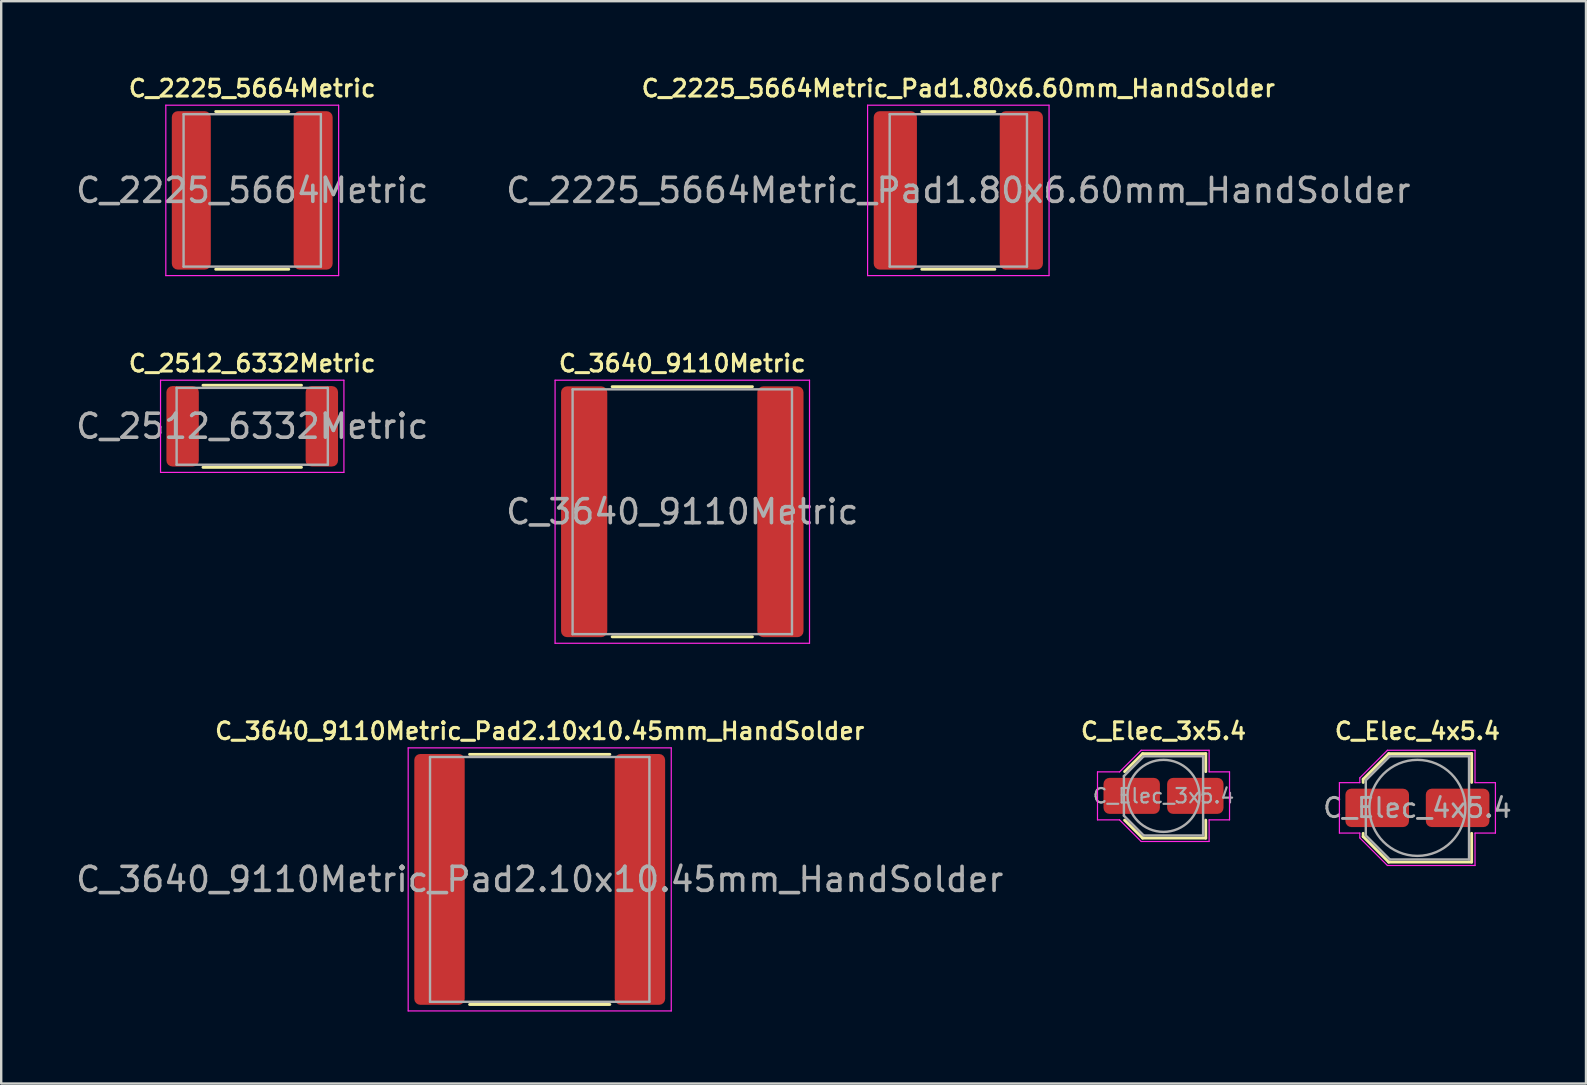
<source format=kicad_pcb>
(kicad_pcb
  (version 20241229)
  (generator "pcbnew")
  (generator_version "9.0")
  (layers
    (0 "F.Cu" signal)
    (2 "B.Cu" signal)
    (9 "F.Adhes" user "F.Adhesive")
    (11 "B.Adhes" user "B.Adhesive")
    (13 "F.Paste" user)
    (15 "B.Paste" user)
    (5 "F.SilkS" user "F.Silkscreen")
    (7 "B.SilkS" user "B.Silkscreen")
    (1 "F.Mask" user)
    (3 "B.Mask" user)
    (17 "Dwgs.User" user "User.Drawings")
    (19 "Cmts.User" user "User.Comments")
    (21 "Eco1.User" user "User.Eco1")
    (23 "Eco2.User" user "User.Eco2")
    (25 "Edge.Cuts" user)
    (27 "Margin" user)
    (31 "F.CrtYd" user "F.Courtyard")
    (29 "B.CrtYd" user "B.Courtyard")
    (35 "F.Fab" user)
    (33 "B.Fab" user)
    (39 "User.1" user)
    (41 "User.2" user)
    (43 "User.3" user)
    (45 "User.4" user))
  (footprint "C_3640_9110Metric"
    (layer "F.Cu")
    (at 25.375 18.27)
    (property "Reference" "C_3640_9110Metric" (at 0 -6.18 0) (layer "F.SilkS") (effects (font (size 0.7 0.7) (thickness 0.127))))
    (attr smd)
    (fp_line (start -2.922 -5.21) (end 2.922 -5.21) (stroke (width 0.12) (type solid)) (layer "F.SilkS"))
    (fp_line (start -2.922 5.21) (end 2.922 5.21) (stroke (width 0.12) (type solid)) (layer "F.SilkS"))
    (fp_line (start -5.3 -5.48) (end 5.3 -5.48) (stroke (width 0.05) (type solid)) (layer "F.CrtYd"))
    (fp_line (start -5.3 5.48) (end -5.3 -5.48) (stroke (width 0.05) (type solid)) (layer "F.CrtYd"))
    (fp_line (start 5.3 -5.48) (end 5.3 5.48) (stroke (width 0.05) (type solid)) (layer "F.CrtYd"))
    (fp_line (start 5.3 5.48) (end -5.3 5.48) (stroke (width 0.05) (type solid)) (layer "F.CrtYd"))
    (fp_line (start -4.57 -5.1) (end 4.57 -5.1) (stroke (width 0.1) (type solid)) (layer "F.Fab"))
    (fp_line (start -4.57 5.1) (end -4.57 -5.1) (stroke (width 0.1) (type solid)) (layer "F.Fab"))
    (fp_line (start 4.57 -5.1) (end 4.57 5.1) (stroke (width 0.1) (type solid)) (layer "F.Fab"))
    (fp_line (start 4.57 5.1) (end -4.57 5.1) (stroke (width 0.1) (type solid)) (layer "F.Fab"))
    (fp_text user "${REFERENCE}" (at 0 0 0) (layer "F.Fab") (effects (font (size 1 1) (thickness 0.15))))
    (pad "1" smd roundrect (at -4.088 0) (size 1.925 10.45) (layers "F.Cu" "F.Mask" "F.Paste") (roundrect_rratio 0.13))
    (pad "2" smd roundrect (at 4.088 0) (size 1.925 10.45) (layers "F.Cu" "F.Mask" "F.Paste") (roundrect_rratio 0.13)))
  (footprint "C_2225_5664Metric"
    (layer "F.Cu")
    (at 7.458 4.882)
    (property "Reference" "C_2225_5664Metric" (at 0 -4.25 0) (layer "F.SilkS") (effects (font (size 0.7 0.7) (thickness 0.127))))
    (attr smd)
    (fp_line (start -1.522 -3.285) (end 1.522 -3.285) (stroke (width 0.12) (type solid)) (layer "F.SilkS"))
    (fp_line (start -1.522 3.285) (end 1.522 3.285) (stroke (width 0.12) (type solid)) (layer "F.SilkS"))
    (fp_line (start -3.6 -3.55) (end 3.6 -3.55) (stroke (width 0.05) (type solid)) (layer "F.CrtYd"))
    (fp_line (start -3.6 3.55) (end -3.6 -3.55) (stroke (width 0.05) (type solid)) (layer "F.CrtYd"))
    (fp_line (start 3.6 -3.55) (end 3.6 3.55) (stroke (width 0.05) (type solid)) (layer "F.CrtYd"))
    (fp_line (start 3.6 3.55) (end -3.6 3.55) (stroke (width 0.05) (type solid)) (layer "F.CrtYd"))
    (fp_line (start -2.86 -3.175) (end 2.86 -3.175) (stroke (width 0.1) (type solid)) (layer "F.Fab"))
    (fp_line (start -2.86 3.175) (end -2.86 -3.175) (stroke (width 0.1) (type solid)) (layer "F.Fab"))
    (fp_line (start 2.86 -3.175) (end 2.86 3.175) (stroke (width 0.1) (type solid)) (layer "F.Fab"))
    (fp_line (start 2.86 3.175) (end -2.86 3.175) (stroke (width 0.1) (type solid)) (layer "F.Fab"))
    (fp_text user "${REFERENCE}" (at 0 0 0) (layer "F.Fab") (effects (font (size 1 1) (thickness 0.15))))
    (pad "1" smd roundrect (at -2.538 0) (size 1.625 6.6) (layers "F.Cu" "F.Mask" "F.Paste") (roundrect_rratio 0.154))
    (pad "2" smd roundrect (at 2.538 0) (size 1.625 6.6) (layers "F.Cu" "F.Mask" "F.Paste") (roundrect_rratio 0.154)))
  (footprint "C_Elec_3x5.4"
    (layer "F.Cu")
    (at 45.423 30.107)
    (property "Reference" "C_Elec_3x5.4" (at 0 -2.7 0) (layer "F.SilkS") (effects (font (size 0.7 0.7) (thickness 0.127))))
    (attr smd)
    (fp_line (start -1.621 -1.01) (end -0.871 -1.76) (stroke (width 0.12) (type solid)) (layer "F.SilkS"))
    (fp_line (start -1.621 1.01) (end -0.871 1.76) (stroke (width 0.12) (type solid)) (layer "F.SilkS"))
    (fp_line (start -0.871 -1.76) (end 1.76 -1.76) (stroke (width 0.12) (type solid)) (layer "F.SilkS"))
    (fp_line (start -0.871 1.76) (end 1.76 1.76) (stroke (width 0.12) (type solid)) (layer "F.SilkS"))
    (fp_line (start 1.76 -1.76) (end 1.76 -1.01) (stroke (width 0.12) (type solid)) (layer "F.SilkS"))
    (fp_line (start 1.76 1.76) (end 1.76 1.01) (stroke (width 0.12) (type solid)) (layer "F.SilkS"))
    (fp_line (start -2.75 -1) (end -2.75 1) (stroke (width 0.05) (type solid)) (layer "F.CrtYd"))
    (fp_line (start -2.75 1) (end -1.83 1) (stroke (width 0.05) (type solid)) (layer "F.CrtYd"))
    (fp_line (start -1.83 -1) (end -2.75 -1) (stroke (width 0.05) (type solid)) (layer "F.CrtYd"))
    (fp_line (start -1.83 -1) (end -0.93 -1.9) (stroke (width 0.05) (type solid)) (layer "F.CrtYd"))
    (fp_line (start -1.83 1) (end -0.93 1.9) (stroke (width 0.05) (type solid)) (layer "F.CrtYd"))
    (fp_line (start -0.93 -1.9) (end 1.9 -1.9) (stroke (width 0.05) (type solid)) (layer "F.CrtYd"))
    (fp_line (start -0.93 1.9) (end 1.9 1.9) (stroke (width 0.05) (type solid)) (layer "F.CrtYd"))
    (fp_line (start 1.9 -1.9) (end 1.9 -1) (stroke (width 0.05) (type solid)) (layer "F.CrtYd"))
    (fp_line (start 1.9 -1) (end 2.75 -1) (stroke (width 0.05) (type solid)) (layer "F.CrtYd"))
    (fp_line (start 1.9 1) (end 1.9 1.9) (stroke (width 0.05) (type solid)) (layer "F.CrtYd"))
    (fp_line (start 2.75 -1) (end 2.75 1) (stroke (width 0.05) (type solid)) (layer "F.CrtYd"))
    (fp_line (start 2.75 1) (end 1.9 1) (stroke (width 0.05) (type solid)) (layer "F.CrtYd"))
    (fp_line (start -1.65 -0.825) (end -1.65 0.825) (stroke (width 0.1) (type solid)) (layer "F.Fab"))
    (fp_line (start -1.65 -0.825) (end -0.825 -1.65) (stroke (width 0.1) (type solid)) (layer "F.Fab"))
    (fp_line (start -1.65 0.825) (end -0.825 1.65) (stroke (width 0.1) (type solid)) (layer "F.Fab"))
    (fp_line (start -0.825 -1.65) (end 1.65 -1.65) (stroke (width 0.1) (type solid)) (layer "F.Fab"))
    (fp_line (start -0.825 1.65) (end 1.65 1.65) (stroke (width 0.1) (type solid)) (layer "F.Fab"))
    (fp_line (start 1.65 -1.65) (end 1.65 1.65) (stroke (width 0.1) (type solid)) (layer "F.Fab"))
    (fp_circle (center 0 0) (end 1.5 0) (stroke (width 0.1) (type solid)) (fill no) (layer "F.Fab"))
    (fp_text user "${REFERENCE}" (at 0 0 0) (layer "F.Fab") (effects (font (size 0.6 0.6) (thickness 0.09))))
    (pad "1" smd roundrect (at -1.325 0) (size 2.35 1.5) (layers "F.Cu" "F.Mask" "F.Paste") (roundrect_rratio 0.167))
    (pad "2" smd roundrect (at 1.325 0) (size 2.35 1.5) (layers "F.Cu" "F.Mask" "F.Paste") (roundrect_rratio 0.167)))
  (footprint "C_Elec_4x5.4"
    (layer "F.Cu")
    (at 56.001 30.607)
    (property "Reference" "C_Elec_4x5.4" (at 0 -3.2 0) (layer "F.SilkS") (effects (font (size 0.7 0.7) (thickness 0.127))))
    (attr smd)
    (fp_line (start -2.26 -1.196) (end -2.26 -1.06) (stroke (width 0.12) (type solid)) (layer "F.SilkS"))
    (fp_line (start -2.26 -1.196) (end -1.196 -2.26) (stroke (width 0.12) (type solid)) (layer "F.SilkS"))
    (fp_line (start -2.26 1.196) (end -2.26 1.06) (stroke (width 0.12) (type solid)) (layer "F.SilkS"))
    (fp_line (start -2.26 1.196) (end -1.196 2.26) (stroke (width 0.12) (type solid)) (layer "F.SilkS"))
    (fp_line (start -1.196 -2.26) (end 2.26 -2.26) (stroke (width 0.12) (type solid)) (layer "F.SilkS"))
    (fp_line (start -1.196 2.26) (end 2.26 2.26) (stroke (width 0.12) (type solid)) (layer "F.SilkS"))
    (fp_line (start 2.26 -2.26) (end 2.26 -1.06) (stroke (width 0.12) (type solid)) (layer "F.SilkS"))
    (fp_line (start 2.26 2.26) (end 2.26 1.06) (stroke (width 0.12) (type solid)) (layer "F.SilkS"))
    (fp_line (start -3.25 -1.05) (end -3.25 1.05) (stroke (width 0.05) (type solid)) (layer "F.CrtYd"))
    (fp_line (start -3.25 1.05) (end -2.4 1.05) (stroke (width 0.05) (type solid)) (layer "F.CrtYd"))
    (fp_line (start -2.4 -1.25) (end -2.4 -1.05) (stroke (width 0.05) (type solid)) (layer "F.CrtYd"))
    (fp_line (start -2.4 -1.25) (end -1.25 -2.4) (stroke (width 0.05) (type solid)) (layer "F.CrtYd"))
    (fp_line (start -2.4 -1.05) (end -3.25 -1.05) (stroke (width 0.05) (type solid)) (layer "F.CrtYd"))
    (fp_line (start -2.4 1.05) (end -2.4 1.25) (stroke (width 0.05) (type solid)) (layer "F.CrtYd"))
    (fp_line (start -2.4 1.25) (end -1.25 2.4) (stroke (width 0.05) (type solid)) (layer "F.CrtYd"))
    (fp_line (start -1.25 -2.4) (end 2.4 -2.4) (stroke (width 0.05) (type solid)) (layer "F.CrtYd"))
    (fp_line (start -1.25 2.4) (end 2.4 2.4) (stroke (width 0.05) (type solid)) (layer "F.CrtYd"))
    (fp_line (start 2.4 -2.4) (end 2.4 -1.05) (stroke (width 0.05) (type solid)) (layer "F.CrtYd"))
    (fp_line (start 2.4 -1.05) (end 3.25 -1.05) (stroke (width 0.05) (type solid)) (layer "F.CrtYd"))
    (fp_line (start 2.4 1.05) (end 2.4 2.4) (stroke (width 0.05) (type solid)) (layer "F.CrtYd"))
    (fp_line (start 3.25 -1.05) (end 3.25 1.05) (stroke (width 0.05) (type solid)) (layer "F.CrtYd"))
    (fp_line (start 3.25 1.05) (end 2.4 1.05) (stroke (width 0.05) (type solid)) (layer "F.CrtYd"))
    (fp_line (start -2.15 -1.15) (end -2.15 1.15) (stroke (width 0.1) (type solid)) (layer "F.Fab"))
    (fp_line (start -2.15 -1.15) (end -1.15 -2.15) (stroke (width 0.1) (type solid)) (layer "F.Fab"))
    (fp_line (start -2.15 1.15) (end -1.15 2.15) (stroke (width 0.1) (type solid)) (layer "F.Fab"))
    (fp_line (start -1.15 -2.15) (end 2.15 -2.15) (stroke (width 0.1) (type solid)) (layer "F.Fab"))
    (fp_line (start -1.15 2.15) (end 2.15 2.15) (stroke (width 0.1) (type solid)) (layer "F.Fab"))
    (fp_line (start 2.15 -2.15) (end 2.15 2.15) (stroke (width 0.1) (type solid)) (layer "F.Fab"))
    (fp_circle (center 0 0) (end 2 0) (stroke (width 0.1) (type solid)) (fill no) (layer "F.Fab"))
    (fp_text user "${REFERENCE}" (at 0 0 0) (layer "F.Fab") (effects (font (size 0.8 0.8) (thickness 0.12))))
    (pad "1" smd roundrect (at -1.675 0) (size 2.65 1.6) (layers "F.Cu" "F.Mask" "F.Paste") (roundrect_rratio 0.156))
    (pad "2" smd roundrect (at 1.675 0) (size 2.65 1.6) (layers "F.Cu" "F.Mask" "F.Paste") (roundrect_rratio 0.156)))
  (footprint "C_3640_9110Metric_Pad2.10x10.45mm_HandSolder"
    (layer "F.Cu")
    (at 19.435 33.587)
    (property "Reference" "C_3640_9110Metric_Pad2.10x10.45mm_HandSolder" (at 0 -6.18 0) (layer "F.SilkS") (effects (font (size 0.7 0.7) (thickness 0.127))))
    (attr smd)
    (fp_line (start -2.922 -5.21) (end 2.922 -5.21) (stroke (width 0.12) (type solid)) (layer "F.SilkS"))
    (fp_line (start -2.922 5.21) (end 2.922 5.21) (stroke (width 0.12) (type solid)) (layer "F.SilkS"))
    (fp_line (start -5.48 -5.48) (end 5.48 -5.48) (stroke (width 0.05) (type solid)) (layer "F.CrtYd"))
    (fp_line (start -5.48 5.48) (end -5.48 -5.48) (stroke (width 0.05) (type solid)) (layer "F.CrtYd"))
    (fp_line (start 5.48 -5.48) (end 5.48 5.48) (stroke (width 0.05) (type solid)) (layer "F.CrtYd"))
    (fp_line (start 5.48 5.48) (end -5.48 5.48) (stroke (width 0.05) (type solid)) (layer "F.CrtYd"))
    (fp_line (start -4.57 -5.1) (end 4.57 -5.1) (stroke (width 0.1) (type solid)) (layer "F.Fab"))
    (fp_line (start -4.57 5.1) (end -4.57 -5.1) (stroke (width 0.1) (type solid)) (layer "F.Fab"))
    (fp_line (start 4.57 -5.1) (end 4.57 5.1) (stroke (width 0.1) (type solid)) (layer "F.Fab"))
    (fp_line (start 4.57 5.1) (end -4.57 5.1) (stroke (width 0.1) (type solid)) (layer "F.Fab"))
    (fp_text user "${REFERENCE}" (at 0 0 0) (layer "F.Fab") (effects (font (size 1 1) (thickness 0.15))))
    (pad "1" smd roundrect (at -4.175 0) (size 2.1 10.45) (layers "F.Cu" "F.Mask" "F.Paste") (roundrect_rratio 0.119))
    (pad "2" smd roundrect (at 4.175 0) (size 2.1 10.45) (layers "F.Cu" "F.Mask" "F.Paste") (roundrect_rratio 0.119)))
  (footprint "C_2512_6332Metric"
    (layer "F.Cu")
    (at 7.458 14.71)
    (property "Reference" "C_2512_6332Metric" (at 0 -2.62 0) (layer "F.SilkS") (effects (font (size 0.7 0.7) (thickness 0.127))))
    (attr smd)
    (fp_line (start -2.052 -1.71) (end 2.052 -1.71) (stroke (width 0.12) (type solid)) (layer "F.SilkS"))
    (fp_line (start -2.052 1.71) (end 2.052 1.71) (stroke (width 0.12) (type solid)) (layer "F.SilkS"))
    (fp_line (start -3.82 -1.92) (end 3.82 -1.92) (stroke (width 0.05) (type solid)) (layer "F.CrtYd"))
    (fp_line (start -3.82 1.92) (end -3.82 -1.92) (stroke (width 0.05) (type solid)) (layer "F.CrtYd"))
    (fp_line (start 3.82 -1.92) (end 3.82 1.92) (stroke (width 0.05) (type solid)) (layer "F.CrtYd"))
    (fp_line (start 3.82 1.92) (end -3.82 1.92) (stroke (width 0.05) (type solid)) (layer "F.CrtYd"))
    (fp_line (start -3.15 -1.6) (end 3.15 -1.6) (stroke (width 0.1) (type solid)) (layer "F.Fab"))
    (fp_line (start -3.15 1.6) (end -3.15 -1.6) (stroke (width 0.1) (type solid)) (layer "F.Fab"))
    (fp_line (start 3.15 -1.6) (end 3.15 1.6) (stroke (width 0.1) (type solid)) (layer "F.Fab"))
    (fp_line (start 3.15 1.6) (end -3.15 1.6) (stroke (width 0.1) (type solid)) (layer "F.Fab"))
    (fp_text user "${REFERENCE}" (at 0 0 0) (layer "F.Fab") (effects (font (size 1 1) (thickness 0.15))))
    (pad "1" smd roundrect (at -2.9 0) (size 1.35 3.35) (layers "F.Cu" "F.Mask" "F.Paste") (roundrect_rratio 0.185))
    (pad "2" smd roundrect (at 2.9 0) (size 1.35 3.35) (layers "F.Cu" "F.Mask" "F.Paste") (roundrect_rratio 0.185)))
  (footprint "C_2225_5664Metric_Pad1.80x6.60mm_HandSolder"
    (layer "F.Cu")
    (at 36.875 4.882)
    (property "Reference" "C_2225_5664Metric_Pad1.80x6.60mm_HandSolder" (at 0 -4.25 0) (layer "F.SilkS") (effects (font (size 0.7 0.7) (thickness 0.127))))
    (attr smd)
    (fp_line (start -1.522 -3.285) (end 1.522 -3.285) (stroke (width 0.12) (type solid)) (layer "F.SilkS"))
    (fp_line (start -1.522 3.285) (end 1.522 3.285) (stroke (width 0.12) (type solid)) (layer "F.SilkS"))
    (fp_line (start -3.78 -3.55) (end 3.78 -3.55) (stroke (width 0.05) (type solid)) (layer "F.CrtYd"))
    (fp_line (start -3.78 3.55) (end -3.78 -3.55) (stroke (width 0.05) (type solid)) (layer "F.CrtYd"))
    (fp_line (start 3.78 -3.55) (end 3.78 3.55) (stroke (width 0.05) (type solid)) (layer "F.CrtYd"))
    (fp_line (start 3.78 3.55) (end -3.78 3.55) (stroke (width 0.05) (type solid)) (layer "F.CrtYd"))
    (fp_line (start -2.86 -3.175) (end 2.86 -3.175) (stroke (width 0.1) (type solid)) (layer "F.Fab"))
    (fp_line (start -2.86 3.175) (end -2.86 -3.175) (stroke (width 0.1) (type solid)) (layer "F.Fab"))
    (fp_line (start 2.86 -3.175) (end 2.86 3.175) (stroke (width 0.1) (type solid)) (layer "F.Fab"))
    (fp_line (start 2.86 3.175) (end -2.86 3.175) (stroke (width 0.1) (type solid)) (layer "F.Fab"))
    (fp_text user "${REFERENCE}" (at 0 0 0) (layer "F.Fab") (effects (font (size 1 1) (thickness 0.15))))
    (pad "1" smd roundrect (at -2.625 0) (size 1.8 6.6) (layers "F.Cu" "F.Mask" "F.Paste") (roundrect_rratio 0.139))
    (pad "2" smd roundrect (at 2.625 0) (size 1.8 6.6) (layers "F.Cu" "F.Mask" "F.Paste") (roundrect_rratio 0.139)))
  (gr_rect
    (start -3 -3)
    (end 63.024 42.092)
    (stroke (width 0.1) (type default))
    (fill no)
    (layer "Edge.Cuts")))
</source>
